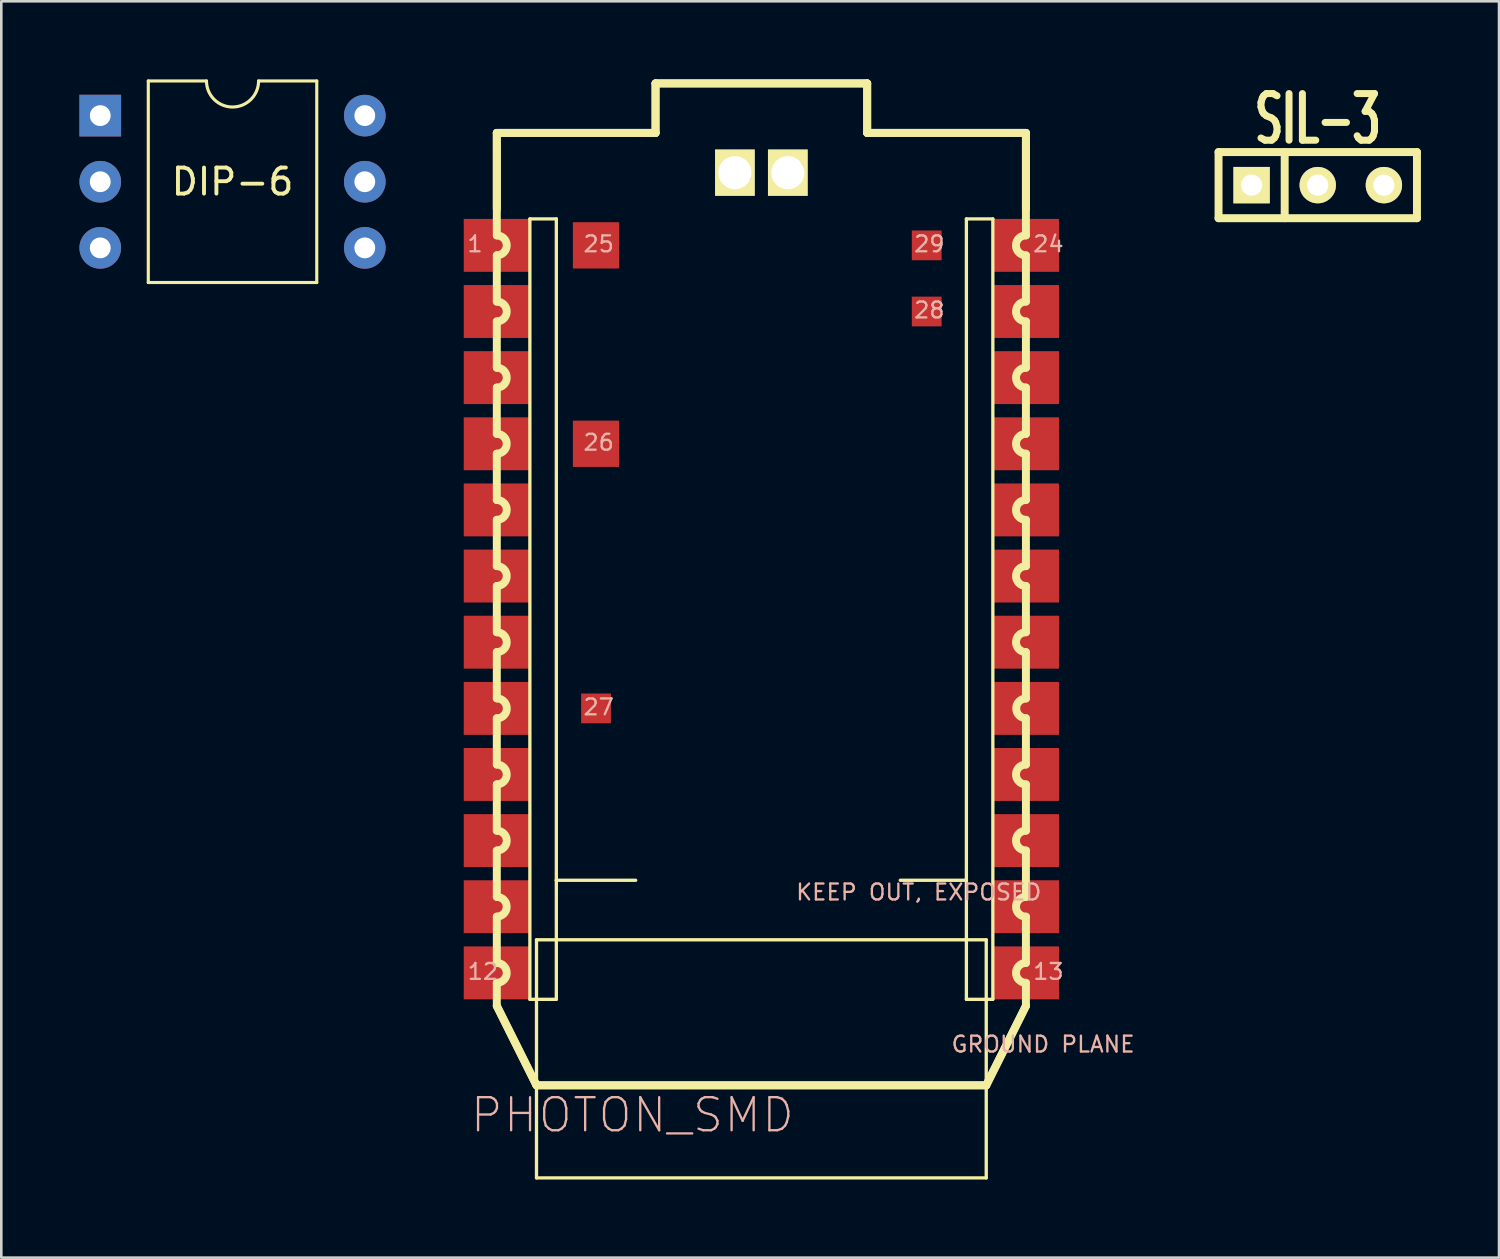
<source format=kicad_pcb>
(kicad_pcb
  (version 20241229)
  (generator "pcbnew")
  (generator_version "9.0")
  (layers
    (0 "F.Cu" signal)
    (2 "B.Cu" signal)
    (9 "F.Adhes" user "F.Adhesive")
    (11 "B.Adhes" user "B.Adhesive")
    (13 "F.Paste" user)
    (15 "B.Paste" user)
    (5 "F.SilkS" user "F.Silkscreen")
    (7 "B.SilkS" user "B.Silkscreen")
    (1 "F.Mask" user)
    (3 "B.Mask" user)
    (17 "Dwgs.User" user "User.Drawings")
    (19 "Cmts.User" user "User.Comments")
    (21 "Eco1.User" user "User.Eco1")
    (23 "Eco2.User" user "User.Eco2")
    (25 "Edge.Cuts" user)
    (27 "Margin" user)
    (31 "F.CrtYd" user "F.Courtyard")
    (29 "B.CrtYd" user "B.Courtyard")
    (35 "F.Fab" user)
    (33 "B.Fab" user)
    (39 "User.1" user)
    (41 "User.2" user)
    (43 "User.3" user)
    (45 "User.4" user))
  (footprint "SIL-3"
    (layer "F.Cu")
    (at 47.558 4.06)
    (property "Reference" "SIL-3" (at 0 -2.54 0) (layer "F.SilkS") (effects (font (size 1.791 1.077) (thickness 0.305))))
    (attr through_hole)
    (fp_line (start -3.81 -1.27) (end 3.81 -1.27) (stroke (width 0.305) (type solid)) (layer "F.SilkS"))
    (fp_line (start -3.81 1.27) (end -3.81 -1.27) (stroke (width 0.305) (type solid)) (layer "F.SilkS"))
    (fp_line (start -1.27 -1.27) (end -1.27 1.27) (stroke (width 0.305) (type solid)) (layer "F.SilkS"))
    (fp_line (start 3.81 -1.27) (end 3.81 1.27) (stroke (width 0.305) (type solid)) (layer "F.SilkS"))
    (fp_line (start 3.81 1.27) (end -3.81 1.27) (stroke (width 0.305) (type solid)) (layer "F.SilkS"))
    (pad "1" thru_hole rect (at -2.54 0) (size 1.397 1.397) (drill 0.813) (layers "*.Cu" "*.Mask" "F.SilkS"))
    (pad "2" thru_hole circle (at 0 0) (size 1.397 1.397) (drill 0.813) (layers "*.Cu" "*.Mask" "F.SilkS"))
    (pad "3" thru_hole circle (at 2.54 0) (size 1.397 1.397) (drill 0.813) (layers "*.Cu" "*.Mask" "F.SilkS")))
  (footprint "DIP-6"
    (layer "F.Cu")
    (at 0.8 1.39)
    (property "Reference" "DIP-6" (at 5.08 2.54 0) (layer "F.SilkS") (effects (font (size 1 1) (thickness 0.15))))
    (attr through_hole)
    (fp_line (start 1.845 -1.33) (end 1.845 6.41) (stroke (width 0.12) (type solid)) (layer "F.SilkS"))
    (fp_line (start 1.845 6.41) (end 8.315 6.41) (stroke (width 0.12) (type solid)) (layer "F.SilkS"))
    (fp_line (start 4.08 -1.33) (end 1.845 -1.33) (stroke (width 0.12) (type solid)) (layer "F.SilkS"))
    (fp_line (start 8.315 -1.33) (end 6.08 -1.33) (stroke (width 0.12) (type solid)) (layer "F.SilkS"))
    (fp_line (start 8.315 6.41) (end 8.315 -1.33) (stroke (width 0.12) (type solid)) (layer "F.SilkS"))
    (fp_arc (start 6.08 -1.33) (mid 5.08 -0.33) (end 4.08 -1.33) (stroke (width 0.12) (type solid)) (layer "F.SilkS"))
    (pad "1" thru_hole rect (at 0 0) (size 1.6 1.6) (drill 0.8) (layers "*.Cu" "*.Mask"))
    (pad "2" thru_hole oval (at 0 2.54) (size 1.6 1.6) (drill 0.8) (layers "*.Cu" "*.Mask"))
    (pad "3" thru_hole oval (at 0 5.08) (size 1.6 1.6) (drill 0.8) (layers "*.Cu" "*.Mask"))
    (pad "4" thru_hole oval (at 10.16 5.08) (size 1.6 1.6) (drill 0.8) (layers "*.Cu" "*.Mask"))
    (pad "5" thru_hole oval (at 10.16 2.54) (size 1.6 1.6) (drill 0.8) (layers "*.Cu" "*.Mask"))
    (pad "6" thru_hole oval (at 10.16 0) (size 1.6 1.6) (drill 0.8) (layers "*.Cu" "*.Mask")))
  (footprint "PHOTON_SMD"
    (layer "F.Cu")
    (at 16.03 38.631)
    (property "Reference" "PHOTON_SMD" (at 5.207 1.143 0) (layer "B.SilkS") (effects (font (size 1.27 1.27) (thickness 0.089))))
    (attr smd)
    (fp_line (start 0 -36.576) (end 0 -33.655) (stroke (width 0.305) (type solid)) (layer "F.SilkS"))
    (fp_line (start 0 -36.576) (end 6.096 -36.576) (stroke (width 0.305) (type solid)) (layer "F.SilkS"))
    (fp_line (start 0 -32.639) (end 0 -36.576) (stroke (width 0.305) (type solid)) (layer "F.SilkS"))
    (fp_line (start 0 -30.099) (end 0 -31.874) (stroke (width 0.305) (type solid)) (layer "F.SilkS"))
    (fp_line (start 0 -27.559) (end 0 -29.337) (stroke (width 0.305) (type solid)) (layer "F.SilkS"))
    (fp_line (start 0 -25.019) (end 0 -26.797) (stroke (width 0.305) (type solid)) (layer "F.SilkS"))
    (fp_line (start 0 -22.479) (end 0 -24.257) (stroke (width 0.305) (type solid)) (layer "F.SilkS"))
    (fp_line (start 0 -19.939) (end 0 -21.717) (stroke (width 0.305) (type solid)) (layer "F.SilkS"))
    (fp_line (start 0 -17.399) (end 0 -19.177) (stroke (width 0.305) (type solid)) (layer "F.SilkS"))
    (fp_line (start 0 -14.859) (end 0 -16.637) (stroke (width 0.305) (type solid)) (layer "F.SilkS"))
    (fp_line (start 0 -12.319) (end 0 -14.097) (stroke (width 0.305) (type solid)) (layer "F.SilkS"))
    (fp_line (start 0 -9.779) (end 0 -11.557) (stroke (width 0.305) (type solid)) (layer "F.SilkS"))
    (fp_line (start 0 -7.236) (end 0 -9.017) (stroke (width 0.305) (type solid)) (layer "F.SilkS"))
    (fp_line (start 0 -4.699) (end 0 -6.477) (stroke (width 0.305) (type solid)) (layer "F.SilkS"))
    (fp_line (start 0 -3.048) (end 0 -3.937) (stroke (width 0.305) (type solid)) (layer "F.SilkS"))
    (fp_line (start 0 -3.048) (end 1.524 0) (stroke (width 0.305) (type solid)) (layer "F.SilkS"))
    (fp_line (start 0 -3.048) (end 1.524 0) (stroke (width 0.305) (type solid)) (layer "F.SilkS"))
    (fp_line (start 1.27 -33.274) (end 1.27 -3.302) (stroke (width 0.127) (type solid)) (layer "F.SilkS"))
    (fp_line (start 1.27 -3.302) (end 2.286 -3.302) (stroke (width 0.127) (type solid)) (layer "F.SilkS"))
    (fp_line (start 1.524 -5.588) (end 1.524 3.556) (stroke (width 0.127) (type solid)) (layer "F.SilkS"))
    (fp_line (start 1.524 -5.588) (end 18.796 -5.588) (stroke (width 0.066) (type solid)) (layer "F.SilkS"))
    (fp_line (start 1.524 -5.588) (end 18.796 -5.588) (stroke (width 0.066) (type solid)) (layer "F.SilkS"))
    (fp_line (start 1.524 0) (end 18.796 0) (stroke (width 0.305) (type solid)) (layer "F.SilkS"))
    (fp_line (start 1.524 0) (end 18.796 0) (stroke (width 0.305) (type solid)) (layer "F.SilkS"))
    (fp_line (start 1.524 3.556) (end 1.524 -5.588) (stroke (width 0.066) (type solid)) (layer "F.SilkS"))
    (fp_line (start 1.524 3.556) (end 1.524 -5.588) (stroke (width 0.066) (type solid)) (layer "F.SilkS"))
    (fp_line (start 1.524 3.556) (end 18.796 3.556) (stroke (width 0.066) (type solid)) (layer "F.SilkS"))
    (fp_line (start 1.524 3.556) (end 18.796 3.556) (stroke (width 0.066) (type solid)) (layer "F.SilkS"))
    (fp_line (start 1.524 3.556) (end 18.796 3.556) (stroke (width 0.127) (type solid)) (layer "F.SilkS"))
    (fp_line (start 2.286 -33.274) (end 1.27 -33.274) (stroke (width 0.127) (type solid)) (layer "F.SilkS"))
    (fp_line (start 2.286 -7.874) (end 2.286 -33.274) (stroke (width 0.127) (type solid)) (layer "F.SilkS"))
    (fp_line (start 2.286 -3.302) (end 2.286 -7.874) (stroke (width 0.127) (type solid)) (layer "F.SilkS"))
    (fp_line (start 5.334 -7.874) (end 2.286 -7.874) (stroke (width 0.127) (type solid)) (layer "F.SilkS"))
    (fp_line (start 6.096 -38.478) (end 6.096 -36.576) (stroke (width 0.305) (type solid)) (layer "F.SilkS"))
    (fp_line (start 6.096 -38.478) (end 6.096 -36.576) (stroke (width 0.305) (type solid)) (layer "F.SilkS"))
    (fp_line (start 6.096 -36.576) (end 0 -36.576) (stroke (width 0.305) (type solid)) (layer "F.SilkS"))
    (fp_line (start 14.224 -38.478) (end 6.096 -38.478) (stroke (width 0.305) (type solid)) (layer "F.SilkS"))
    (fp_line (start 14.224 -38.478) (end 6.096 -38.478) (stroke (width 0.305) (type solid)) (layer "F.SilkS"))
    (fp_line (start 14.224 -36.576) (end 14.224 -38.478) (stroke (width 0.305) (type solid)) (layer "F.SilkS"))
    (fp_line (start 14.224 -36.576) (end 14.224 -38.478) (stroke (width 0.305) (type solid)) (layer "F.SilkS"))
    (fp_line (start 14.224 -36.576) (end 20.32 -36.576) (stroke (width 0.305) (type solid)) (layer "F.SilkS"))
    (fp_line (start 15.494 -7.874) (end 18.034 -7.874) (stroke (width 0.127) (type solid)) (layer "F.SilkS"))
    (fp_line (start 18.034 -33.274) (end 18.034 -7.874) (stroke (width 0.127) (type solid)) (layer "F.SilkS"))
    (fp_line (start 18.034 -7.874) (end 18.034 -3.302) (stroke (width 0.127) (type solid)) (layer "F.SilkS"))
    (fp_line (start 18.034 -3.302) (end 19.05 -3.302) (stroke (width 0.127) (type solid)) (layer "F.SilkS"))
    (fp_line (start 18.796 -5.588) (end 1.524 -5.588) (stroke (width 0.127) (type solid)) (layer "F.SilkS"))
    (fp_line (start 18.796 0) (end 20.32 -3.048) (stroke (width 0.305) (type solid)) (layer "F.SilkS"))
    (fp_line (start 18.796 0) (end 20.32 -3.048) (stroke (width 0.305) (type solid)) (layer "F.SilkS"))
    (fp_line (start 18.796 3.556) (end 18.796 -5.588) (stroke (width 0.066) (type solid)) (layer "F.SilkS"))
    (fp_line (start 18.796 3.556) (end 18.796 -5.588) (stroke (width 0.066) (type solid)) (layer "F.SilkS"))
    (fp_line (start 18.796 3.556) (end 18.796 -5.588) (stroke (width 0.127) (type solid)) (layer "F.SilkS"))
    (fp_line (start 19.05 -33.274) (end 18.034 -33.274) (stroke (width 0.127) (type solid)) (layer "F.SilkS"))
    (fp_line (start 19.05 -3.302) (end 19.05 -33.274) (stroke (width 0.127) (type solid)) (layer "F.SilkS"))
    (fp_line (start 20.32 -36.576) (end 14.224 -36.576) (stroke (width 0.305) (type solid)) (layer "F.SilkS"))
    (fp_line (start 20.32 -36.576) (end 20.32 -33.655) (stroke (width 0.305) (type solid)) (layer "F.SilkS"))
    (fp_line (start 20.32 -32.639) (end 20.32 -36.576) (stroke (width 0.305) (type solid)) (layer "F.SilkS"))
    (fp_line (start 20.32 -30.099) (end 20.32 -31.874) (stroke (width 0.305) (type solid)) (layer "F.SilkS"))
    (fp_line (start 20.32 -27.559) (end 20.32 -29.337) (stroke (width 0.305) (type solid)) (layer "F.SilkS"))
    (fp_line (start 20.32 -25.019) (end 20.32 -26.797) (stroke (width 0.305) (type solid)) (layer "F.SilkS"))
    (fp_line (start 20.32 -22.479) (end 20.32 -24.257) (stroke (width 0.305) (type solid)) (layer "F.SilkS"))
    (fp_line (start 20.32 -19.939) (end 20.32 -21.717) (stroke (width 0.305) (type solid)) (layer "F.SilkS"))
    (fp_line (start 20.32 -17.399) (end 20.32 -19.177) (stroke (width 0.305) (type solid)) (layer "F.SilkS"))
    (fp_line (start 20.32 -14.859) (end 20.32 -16.637) (stroke (width 0.305) (type solid)) (layer "F.SilkS"))
    (fp_line (start 20.32 -12.319) (end 20.32 -14.097) (stroke (width 0.305) (type solid)) (layer "F.SilkS"))
    (fp_line (start 20.32 -9.779) (end 20.32 -11.557) (stroke (width 0.305) (type solid)) (layer "F.SilkS"))
    (fp_line (start 20.32 -7.236) (end 20.32 -9.017) (stroke (width 0.305) (type solid)) (layer "F.SilkS"))
    (fp_line (start 20.32 -4.699) (end 20.32 -6.477) (stroke (width 0.305) (type solid)) (layer "F.SilkS"))
    (fp_line (start 20.32 -3.048) (end 20.32 -3.937) (stroke (width 0.305) (type solid)) (layer "F.SilkS"))
    (fp_arc (start 0 -32.639) (mid 0.381 -32.258) (end 0 -31.877) (stroke (width 0.3048) (type solid)) (layer "F.SilkS"))
    (fp_arc (start 0 -30.099) (mid 0.381 -29.718) (end 0 -29.337) (stroke (width 0.3048) (type solid)) (layer "F.SilkS"))
    (fp_arc (start 0 -27.559) (mid 0.381 -27.178) (end 0 -26.797) (stroke (width 0.3048) (type solid)) (layer "F.SilkS"))
    (fp_arc (start 0 -25.019) (mid 0.381 -24.638) (end 0 -24.257) (stroke (width 0.3048) (type solid)) (layer "F.SilkS"))
    (fp_arc (start 0 -22.479) (mid 0.381 -22.098) (end 0 -21.717) (stroke (width 0.3048) (type solid)) (layer "F.SilkS"))
    (fp_arc (start 0 -19.939) (mid 0.381 -19.558) (end 0 -19.177) (stroke (width 0.3048) (type solid)) (layer "F.SilkS"))
    (fp_arc (start 0 -17.399) (mid 0.381 -17.018) (end 0 -16.637) (stroke (width 0.3048) (type solid)) (layer "F.SilkS"))
    (fp_arc (start 0 -14.859) (mid 0.38354 -14.47546) (end 0 -14.09192) (stroke (width 0.3048) (type solid)) (layer "F.SilkS"))
    (fp_arc (start 0 -12.319) (mid 0.381 -11.938) (end 0 -11.557) (stroke (width 0.3048) (type solid)) (layer "F.SilkS"))
    (fp_arc (start 0 -9.779) (mid 0.381 -9.398) (end 0 -9.017) (stroke (width 0.3048) (type solid)) (layer "F.SilkS"))
    (fp_arc (start 0 -7.23646) (mid 0.37846 -6.858) (end 0 -6.47954) (stroke (width 0.3048) (type solid)) (layer "F.SilkS"))
    (fp_arc (start 0 -4.699) (mid 0.381 -4.318) (end 0 -3.937) (stroke (width 0.3048) (type solid)) (layer "F.SilkS"))
    (fp_arc (start 20.32 -31.87446) (mid 19.93646 -32.258) (end 20.32 -32.64154) (stroke (width 0.3048) (type solid)) (layer "F.SilkS"))
    (fp_arc (start 20.32 -29.337) (mid 19.939 -29.718) (end 20.32 -30.099) (stroke (width 0.3048) (type solid)) (layer "F.SilkS"))
    (fp_arc (start 20.32 -26.797) (mid 19.939 -27.178) (end 20.32 -27.559) (stroke (width 0.3048) (type solid)) (layer "F.SilkS"))
    (fp_arc (start 20.32 -24.257) (mid 19.939 -24.638) (end 20.32 -25.019) (stroke (width 0.3048) (type solid)) (layer "F.SilkS"))
    (fp_arc (start 20.32 -21.717) (mid 19.939 -22.098) (end 20.32 -22.479) (stroke (width 0.3048) (type solid)) (layer "F.SilkS"))
    (fp_arc (start 20.32 -19.177) (mid 19.939 -19.558) (end 20.32 -19.939) (stroke (width 0.3048) (type solid)) (layer "F.SilkS"))
    (fp_arc (start 20.32 -16.637) (mid 19.939 -17.018) (end 20.32 -17.399) (stroke (width 0.3048) (type solid)) (layer "F.SilkS"))
    (fp_arc (start 20.32 -14.097) (mid 19.94154 -14.47546) (end 20.32 -14.85392) (stroke (width 0.3048) (type solid)) (layer "F.SilkS"))
    (fp_arc (start 20.32 -11.557) (mid 19.939 -11.938) (end 20.32 -12.319) (stroke (width 0.3048) (type solid)) (layer "F.SilkS"))
    (fp_arc (start 20.32 -9.017) (mid 19.939 -9.398) (end 20.32 -9.779) (stroke (width 0.3048) (type solid)) (layer "F.SilkS"))
    (fp_arc (start 20.32 -6.477) (mid 19.939 -6.858) (end 20.32 -7.239) (stroke (width 0.3048) (type solid)) (layer "F.SilkS"))
    (fp_arc (start 20.32 -3.937) (mid 19.939 -4.318) (end 20.32 -4.699) (stroke (width 0.3048) (type solid)) (layer "F.SilkS"))
    (fp_text user "1" (at -0.838 -32.309 0) (layer "B.SilkS") (effects (font (size 0.61 0.61) (thickness 0.089))))
    (fp_text user "31" (at 9.246 -35.1 0) (layer "B.SilkS") (effects (font (size 0.61 0.61) (thickness 0.089))))
    (fp_text user "GROUND PLANE\n" (at 20.98 -1.575 0) (layer "B.SilkS") (effects (font (size 0.61 0.61) (thickness 0.089))))
    (fp_text user "26" (at 3.912 -24.689 0) (layer "B.SilkS") (effects (font (size 0.61 0.61) (thickness 0.089))))
    (fp_text user "30" (at 11.278 -35.1 0) (layer "B.SilkS") (effects (font (size 0.61 0.61) (thickness 0.089))))
    (fp_text user "29" (at 16.612 -32.309 0) (layer "B.SilkS") (effects (font (size 0.61 0.61) (thickness 0.089))))
    (fp_text user "12" (at -0.533 -4.366 0) (layer "B.SilkS") (effects (font (size 0.61 0.61) (thickness 0.089))))
    (fp_text user "27" (at 3.912 -14.526 0) (layer "B.SilkS") (effects (font (size 0.61 0.61) (thickness 0.089))))
    (fp_text user "28" (at 16.612 -29.769 0) (layer "B.SilkS") (effects (font (size 0.61 0.61) (thickness 0.089))))
    (fp_text user "25" (at 3.912 -32.309 0) (layer "B.SilkS") (effects (font (size 0.61 0.61) (thickness 0.089))))
    (fp_text user "13" (at 21.184 -4.366 0) (layer "B.SilkS") (effects (font (size 0.61 0.61) (thickness 0.089))))
    (fp_text user "24" (at 21.184 -32.309 0) (layer "B.SilkS") (effects (font (size 0.61 0.61) (thickness 0.089))))
    (fp_text user "KEEP OUT, EXPOSED\n" (at 16.205 -7.417 0) (layer "B.SilkS") (effects (font (size 0.61 0.61) (thickness 0.089))))
    (pad "1" smd rect (at 0 -32.258) (size 2.54 2.032) (layers "F.Cu" "F.Mask" "F.Paste"))
    (pad "2" smd rect (at 0 -29.718) (size 2.54 2.032) (layers "F.Cu" "F.Mask" "F.Paste"))
    (pad "3" smd rect (at 0 -27.178) (size 2.54 2.032) (layers "F.Cu" "F.Mask" "F.Paste"))
    (pad "4" smd rect (at 0 -24.638) (size 2.54 2.032) (layers "F.Cu" "F.Mask" "F.Paste"))
    (pad "5" smd rect (at 0 -22.098) (size 2.54 2.032) (layers "F.Cu" "F.Mask" "F.Paste"))
    (pad "6" smd rect (at 0 -19.558) (size 2.54 2.032) (layers "F.Cu" "F.Mask" "F.Paste"))
    (pad "7" smd rect (at 0 -17.018) (size 2.54 2.032) (layers "F.Cu" "F.Mask" "F.Paste"))
    (pad "8" smd rect (at 0 -14.475) (size 2.54 2.032) (layers "F.Cu" "F.Mask" "F.Paste"))
    (pad "9" smd rect (at 0 -11.938) (size 2.54 2.032) (layers "F.Cu" "F.Mask" "F.Paste"))
    (pad "10" smd rect (at 0 -9.398) (size 2.54 2.032) (layers "F.Cu" "F.Mask" "F.Paste"))
    (pad "11" smd rect (at 0 -6.858) (size 2.54 2.032) (layers "F.Cu" "F.Mask" "F.Paste"))
    (pad "12" smd rect (at 0 -4.318) (size 2.54 2.032) (layers "F.Cu" "F.Mask" "F.Paste"))
    (pad "13" smd rect (at 20.32 -4.318) (size 2.54 2.032) (layers "F.Cu" "F.Mask" "F.Paste"))
    (pad "14" smd rect (at 20.32 -6.858) (size 2.54 2.032) (layers "F.Cu" "F.Mask" "F.Paste"))
    (pad "15" smd rect (at 20.32 -9.398) (size 2.54 2.032) (layers "F.Cu" "F.Mask" "F.Paste"))
    (pad "16" smd rect (at 20.32 -11.938) (size 2.54 2.032) (layers "F.Cu" "F.Mask" "F.Paste"))
    (pad "17" smd rect (at 20.32 -14.475) (size 2.54 2.032) (layers "F.Cu" "F.Mask" "F.Paste"))
    (pad "18" smd rect (at 20.32 -17.018) (size 2.54 2.032) (layers "F.Cu" "F.Mask" "F.Paste"))
    (pad "19" smd rect (at 20.32 -19.558) (size 2.54 2.032) (layers "F.Cu" "F.Mask" "F.Paste"))
    (pad "20" smd rect (at 20.32 -22.098) (size 2.54 2.032) (layers "F.Cu" "F.Mask" "F.Paste"))
    (pad "21" smd rect (at 20.32 -24.638) (size 2.54 2.032) (layers "F.Cu" "F.Mask" "F.Paste"))
    (pad "22" smd rect (at 20.32 -27.178) (size 2.54 2.032) (layers "F.Cu" "F.Mask" "F.Paste"))
    (pad "23" smd rect (at 20.32 -29.718) (size 2.54 2.032) (layers "F.Cu" "F.Mask" "F.Paste"))
    (pad "24" smd rect (at 20.32 -32.258) (size 2.54 2.032) (layers "F.Cu" "F.Mask" "F.Paste"))
    (pad "25" smd rect (at 3.81 -32.258) (size 1.778 1.778) (layers "F.Cu" "F.Mask" "F.Paste"))
    (pad "26" smd rect (at 3.81 -24.638) (size 1.778 1.778) (layers "F.Cu" "F.Mask" "F.Paste"))
    (pad "27" smd rect (at 3.81 -14.475) (size 1.143 1.143) (layers "F.Cu" "F.Mask" "F.Paste"))
    (pad "28" smd rect (at 16.51 -29.718) (size 1.143 1.143) (layers "F.Cu" "F.Mask" "F.Paste"))
    (pad "29" smd rect (at 16.51 -32.258) (size 1.143 1.143) (layers "F.Cu" "F.Mask" "F.Paste"))
    (pad "30" thru_hole rect (at 11.176 -35.049) (size 1.524 1.778) (drill 1.27) (layers "*.Cu" "*.Mask" "F.SilkS"))
    (pad "31" thru_hole rect (at 9.144 -35.049) (size 1.524 1.778) (drill 1.27) (layers "*.Cu" "*.Mask" "F.SilkS")))
  (gr_rect
    (start -3 -3)
    (end 54.52 45.25)
    (stroke (width 0.1) (type default))
    (fill no)
    (layer "Edge.Cuts")))
</source>
